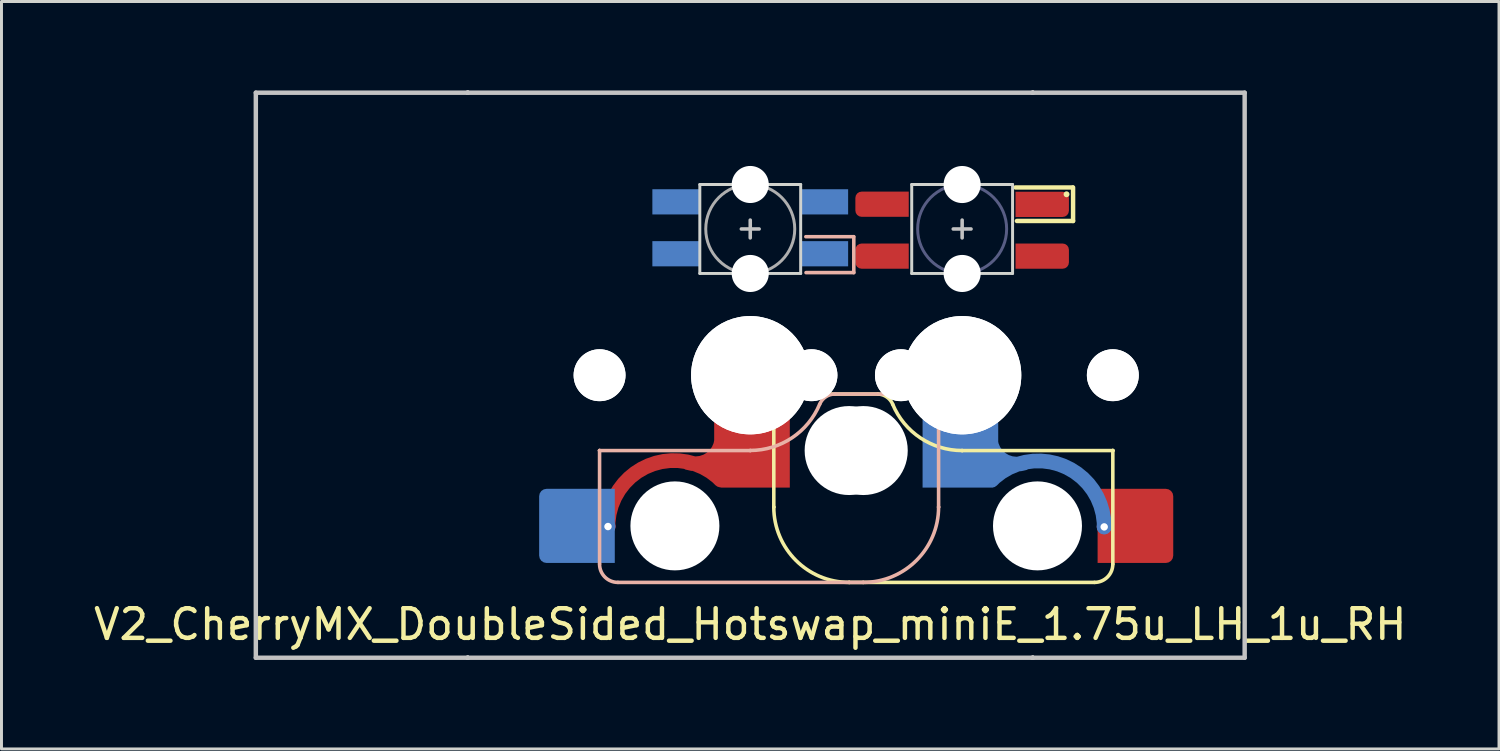
<source format=kicad_pcb>
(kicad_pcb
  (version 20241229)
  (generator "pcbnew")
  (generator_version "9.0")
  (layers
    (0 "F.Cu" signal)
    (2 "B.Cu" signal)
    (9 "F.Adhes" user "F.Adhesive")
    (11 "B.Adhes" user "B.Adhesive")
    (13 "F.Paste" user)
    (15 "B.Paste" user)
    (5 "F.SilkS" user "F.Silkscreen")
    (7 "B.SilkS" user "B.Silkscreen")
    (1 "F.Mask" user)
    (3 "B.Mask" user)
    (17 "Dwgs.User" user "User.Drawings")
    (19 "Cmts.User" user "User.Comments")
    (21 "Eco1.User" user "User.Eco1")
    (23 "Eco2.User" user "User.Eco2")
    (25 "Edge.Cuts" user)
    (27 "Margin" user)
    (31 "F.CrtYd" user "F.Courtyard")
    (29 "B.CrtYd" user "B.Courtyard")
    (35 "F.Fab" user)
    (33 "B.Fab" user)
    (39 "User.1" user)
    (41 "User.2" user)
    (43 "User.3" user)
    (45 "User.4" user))
  (footprint "V2_CherryMX_DoubleSided_Hotswap_miniE_1.75u_LH_1u_RH"
    (layer "F.Cu")
    (at 22.244 9.6)
    (property "Reference" "V2_CherryMX_DoubleSided_Hotswap_miniE_1.75u_LH_1u_RH" (at 0 8.4 0) (layer "F.SilkS") (effects (font (size 1 1) (thickness 0.15))))
    (attr through_hole)
    (fp_poly (pts (xy -3.25 -6.22) (xy -1.75 -6.22) (xy -1.75 -5.47) (xy -3.25 -5.47)) (stroke (width 0.1) (type solid)) (fill yes) (layer "B.Mask"))
    (fp_poly (pts (xy -3.25 -4.47) (xy -1.75 -4.47) (xy -1.75 -3.72) (xy -3.25 -3.72)) (stroke (width 0.1) (type solid)) (fill yes) (layer "B.Mask"))
    (fp_poly (pts (xy 1.75 -6.22) (xy 3.25 -6.22) (xy 3.25 -5.47) (xy 1.75 -5.47)) (stroke (width 0.1) (type solid)) (fill yes) (layer "B.Mask"))
    (fp_poly (pts (xy 1.75 -4.47) (xy 3.25 -4.47) (xy 3.25 -4.145) (xy 2.85 -3.72) (xy 1.75 -3.72)) (stroke (width 0.1) (type solid)) (fill yes) (layer "B.Mask"))
    (fp_line (start 0.794 4.445) (end 0.794 1.26) (stroke (width 0.12) (type solid)) (layer "F.SilkS"))
    (fp_line (start 0.794 4.445) (end 0.794 4.445) (stroke (width 0.12) (type solid)) (layer "F.SilkS"))
    (fp_line (start 1.414 0.635) (end 4.304 0.635) (stroke (width 0.12) (type solid)) (layer "F.SilkS"))
    (fp_line (start 3.334 6.985) (end 3.334 6.985) (stroke (width 0.12) (type solid)) (layer "F.SilkS"))
    (fp_line (start 3.334 6.985) (end 11.604 6.985) (stroke (width 0.12) (type solid)) (layer "F.SilkS"))
    (fp_line (start 7.144 2.54) (end 7.144 2.54) (stroke (width 0.12) (type solid)) (layer "F.SilkS"))
    (fp_line (start 7.144 2.54) (end 12.224 2.54) (stroke (width 0.12) (type solid)) (layer "F.SilkS"))
    (fp_line (start 8.944 -6.33) (end 10.868 -6.33) (stroke (width 0.15) (type solid)) (layer "F.SilkS"))
    (fp_line (start 10.884 -6.33) (end 10.884 -5.2) (stroke (width 0.15) (type solid)) (layer "F.SilkS"))
    (fp_line (start 10.884 -5.2) (end 8.99 -5.2) (stroke (width 0.15) (type solid)) (layer "F.SilkS"))
    (fp_line (start 12.224 2.54) (end 12.224 2.54) (stroke (width 0.12) (type solid)) (layer "F.SilkS"))
    (fp_line (start 12.224 2.54) (end 12.224 2.54) (stroke (width 0.12) (type solid)) (layer "F.SilkS"))
    (fp_line (start 12.224 6.37) (end 12.224 2.54) (stroke (width 0.12) (type solid)) (layer "F.SilkS"))
    (fp_arc (start 0.79375 1.25) (mid 0.973879 0.815129) (end 1.40875 0.635) (stroke (width 0.12) (type default)) (layer "F.SilkS"))
    (fp_arc (start 3.33375 6.985) (mid 1.537699 6.241051) (end 0.79375 4.445) (stroke (width 0.12) (type solid)) (layer "F.SilkS"))
    (fp_arc (start 4.303678 0.635) (mid 4.604614 0.734324) (end 4.80375 0.980845) (stroke (width 0.12) (type default)) (layer "F.SilkS"))
    (fp_arc (start 7.14375 2.54) (mid 5.738437 2.115202) (end 4.80375 0.983072) (stroke (width 0.12) (type solid)) (layer "F.SilkS"))
    (fp_arc (start 12.223879 6.37) (mid 12.04375 6.80487) (end 11.608879 6.985) (stroke (width 0.12) (type default)) (layer "F.SilkS"))
    (fp_circle (center 10.664 -6.1) (end 10.764 -6.1) (stroke (width 0) (type solid)) (fill yes) (layer "F.SilkS"))
    (fp_line (start -5.08 2.54) (end -5.08 2.54) (stroke (width 0.12) (type solid)) (layer "B.SilkS"))
    (fp_line (start -5.08 2.54) (end -5.08 2.54) (stroke (width 0.12) (type solid)) (layer "B.SilkS"))
    (fp_line (start -5.08 6.36) (end -5.08 2.54) (stroke (width 0.12) (type solid)) (layer "B.SilkS"))
    (fp_line (start -4.46 6.985) (end 3.81 6.985) (stroke (width 0.12) (type solid)) (layer "B.SilkS"))
    (fp_line (start 0 2.54) (end -5.08 2.54) (stroke (width 0.12) (type solid)) (layer "B.SilkS"))
    (fp_line (start 0 2.54) (end 0 2.54) (stroke (width 0.12) (type solid)) (layer "B.SilkS"))
    (fp_line (start 1.874 -4.67) (end 3.486 -4.67) (stroke (width 0.12) (type solid)) (layer "B.SilkS"))
    (fp_line (start 1.88 -3.459) (end 3.491 -3.459) (stroke (width 0.12) (type solid)) (layer "B.SilkS"))
    (fp_line (start 2.86 0.635) (end 5.72 0.635) (stroke (width 0.12) (type solid)) (layer "B.SilkS"))
    (fp_line (start 3.491 -3.459) (end 3.491 -4.67) (stroke (width 0.12) (type solid)) (layer "B.SilkS"))
    (fp_line (start 3.81 6.985) (end 3.81 6.985) (stroke (width 0.12) (type solid)) (layer "B.SilkS"))
    (fp_line (start 6.35 1.25) (end 6.35 4.445) (stroke (width 0.12) (type solid)) (layer "B.SilkS"))
    (fp_line (start 6.35 4.445) (end 6.35 4.445) (stroke (width 0.12) (type solid)) (layer "B.SilkS"))
    (fp_arc (start -4.465 6.985) (mid -4.899871 6.804871) (end -5.08 6.37) (stroke (width 0.12) (type default)) (layer "B.SilkS"))
    (fp_arc (start 2.34 0.98) (mid 1.405313 2.11213) (end 0 2.536928) (stroke (width 0.12) (type solid)) (layer "B.SilkS"))
    (fp_arc (start 2.34 0.98) (mid 2.547381 0.727883) (end 2.859999 0.633863) (stroke (width 0.12) (type default)) (layer "B.SilkS"))
    (fp_arc (start 5.735129 0.635) (mid 6.170006 0.815135) (end 6.350129 1.25) (stroke (width 0.12) (type default)) (layer "B.SilkS"))
    (fp_arc (start 6.35 4.445) (mid 5.606051 6.241051) (end 3.81 6.985) (stroke (width 0.12) (type solid)) (layer "B.SilkS"))
    (fp_line (start -16.669 -9.525) (end 16.669 -9.525) (stroke (width 0.15) (type solid)) (layer "Dwgs.User"))
    (fp_line (start -16.669 9.525) (end -16.669 -9.525) (stroke (width 0.15) (type solid)) (layer "Dwgs.User"))
    (fp_line (start -9.525 -9.525) (end -9.525 -9.525) (stroke (width 0.15) (type solid)) (layer "Dwgs.User"))
    (fp_line (start -9.525 -9.525) (end -9.525 -9.525) (stroke (width 0.15) (type solid)) (layer "Dwgs.User"))
    (fp_line (start -9.525 -9.525) (end -9.525 -9.525) (stroke (width 0.15) (type solid)) (layer "Dwgs.User"))
    (fp_line (start -9.525 -9.525) (end -9.525 -9.525) (stroke (width 0.15) (type solid)) (layer "Dwgs.User"))
    (fp_line (start -9.525 9.525) (end -9.525 9.525) (stroke (width 0.15) (type solid)) (layer "Dwgs.User"))
    (fp_line (start -9.525 9.525) (end -9.525 9.525) (stroke (width 0.15) (type solid)) (layer "Dwgs.User"))
    (fp_line (start -9.525 9.525) (end -9.525 9.525) (stroke (width 0.15) (type solid)) (layer "Dwgs.User"))
    (fp_line (start -9.525 9.525) (end -9.525 9.525) (stroke (width 0.15) (type solid)) (layer "Dwgs.User"))
    (fp_line (start -0.3 -4.93) (end 0.3 -4.93) (stroke (width 0.12) (type solid)) (layer "Dwgs.User"))
    (fp_line (start 0 -4.63) (end 0 -5.23) (stroke (width 0.12) (type solid)) (layer "Dwgs.User"))
    (fp_line (start 6.844 -4.93) (end 7.444 -4.93) (stroke (width 0.12) (type solid)) (layer "Dwgs.User"))
    (fp_line (start 7.144 -5.23) (end 7.144 -4.63) (stroke (width 0.12) (type solid)) (layer "Dwgs.User"))
    (fp_line (start 9.525 -9.525) (end 9.525 -9.525) (stroke (width 0.15) (type solid)) (layer "Dwgs.User"))
    (fp_line (start 9.525 -9.525) (end 9.525 -9.525) (stroke (width 0.15) (type solid)) (layer "Dwgs.User"))
    (fp_line (start 9.525 -9.525) (end 9.525 -9.525) (stroke (width 0.15) (type solid)) (layer "Dwgs.User"))
    (fp_line (start 9.525 -9.525) (end 9.525 -9.525) (stroke (width 0.15) (type solid)) (layer "Dwgs.User"))
    (fp_line (start 9.525 9.525) (end 9.525 9.525) (stroke (width 0.15) (type solid)) (layer "Dwgs.User"))
    (fp_line (start 9.525 9.525) (end 9.525 9.525) (stroke (width 0.15) (type solid)) (layer "Dwgs.User"))
    (fp_line (start 9.525 9.525) (end 9.525 9.525) (stroke (width 0.15) (type solid)) (layer "Dwgs.User"))
    (fp_line (start 9.525 9.525) (end 9.525 9.525) (stroke (width 0.15) (type solid)) (layer "Dwgs.User"))
    (fp_line (start 16.669 -9.525) (end 16.669 9.525) (stroke (width 0.15) (type solid)) (layer "Dwgs.User"))
    (fp_line (start 16.669 9.525) (end -16.669 9.525) (stroke (width 0.15) (type solid)) (layer "Dwgs.User"))
    (fp_line (start -1.7 -6.43) (end -1.7 -3.43) (stroke (width 0.1) (type solid)) (layer "Edge.Cuts"))
    (fp_line (start 1.7 -6.43) (end -1.7 -6.43) (stroke (width 0.1) (type solid)) (layer "Edge.Cuts"))
    (fp_line (start 1.7 -3.43) (end -1.7 -3.43) (stroke (width 0.1) (type solid)) (layer "Edge.Cuts"))
    (fp_line (start 1.7 -3.43) (end 1.7 -6.43) (stroke (width 0.1) (type solid)) (layer "Edge.Cuts"))
    (fp_line (start 5.444 -3.43) (end 5.444 -6.43) (stroke (width 0.1) (type solid)) (layer "Edge.Cuts"))
    (fp_line (start 8.844 -6.43) (end 5.444 -6.43) (stroke (width 0.1) (type solid)) (layer "Edge.Cuts"))
    (fp_line (start 8.844 -6.43) (end 8.844 -3.43) (stroke (width 0.1) (type solid)) (layer "Edge.Cuts"))
    (fp_line (start 8.844 -3.43) (end 5.444 -3.43) (stroke (width 0.1) (type solid)) (layer "Edge.Cuts"))
    (fp_circle (center 7.144 -4.93) (end 7.144 -3.43) (stroke (width 0.1) (type solid)) (fill no) (layer "B.Fab"))
    (fp_circle (center 0 -4.93) (end 0 -6.43) (stroke (width 0.1) (type solid)) (fill no) (layer "F.Fab"))
    (fp_line (start -9.525 9.525) (end -9.525 -9.525) (stroke (width 0.15) (type solid)) (layer "User.2"))
    (fp_line (start -2.381 9.525) (end -2.381 -9.525) (stroke (width 0.15) (type solid)) (layer "User.2"))
    (fp_line (start 9.525 -9.525) (end -9.525 -9.525) (stroke (width 0.15) (type solid)) (layer "User.2"))
    (fp_line (start 9.525 9.525) (end -9.525 9.525) (stroke (width 0.15) (type solid)) (layer "User.2"))
    (fp_line (start 9.525 9.525) (end 9.525 -9.525) (stroke (width 0.15) (type solid)) (layer "User.2"))
    (fp_line (start 16.669 -9.525) (end -2.381 -9.525) (stroke (width 0.15) (type solid)) (layer "User.2"))
    (fp_line (start 16.669 9.525) (end -2.381 9.525) (stroke (width 0.15) (type solid)) (layer "User.2"))
    (fp_line (start 16.669 9.525) (end 16.669 -9.525) (stroke (width 0.15) (type solid)) (layer "User.2"))
    (pad "" np_thru_hole circle (at -5.08 0 180) (size 1.75 1.75) (drill 1.75) (layers "*.Cu" "*.Mask"))
    (pad "" np_thru_hole circle (at -5.08 0 180) (size 1.75 1.75) (drill 1.75) (layers "*.Cu" "*.Mask"))
    (pad "" np_thru_hole circle (at -2.54 5.08 180) (size 3 3) (drill 3) (layers "*.Cu" "*.Mask"))
    (pad "" np_thru_hole circle (at 0 -6.43 180) (size 1.25 1.25) (drill 1.25) (layers "*.Cu" "*.Mask"))
    (pad "" np_thru_hole circle (at 0 -3.43 180) (size 1.25 1.25) (drill 1.25) (layers "*.Cu" "*.Mask"))
    (pad "" np_thru_hole circle (at 0 0 180) (size 3.988 3.988) (drill 3.988) (layers "*.Cu" "*.Mask"))
    (pad "" np_thru_hole circle (at 0 0 180) (size 3.988 3.988) (drill 3.988) (layers "*.Cu" "*.Mask"))
    (pad "" np_thru_hole circle (at 2.064 0 180) (size 1.75 1.75) (drill 1.75) (layers "*.Cu" "*.Mask"))
    (pad "" np_thru_hole circle (at 2.064 0 180) (size 1.75 1.75) (drill 1.75) (layers "*.Cu" "*.Mask"))
    (pad "" np_thru_hole circle (at 3.334 2.54 180) (size 3 3) (drill 3) (layers "*.Cu" "*.Mask"))
    (pad "" np_thru_hole circle (at 3.81 2.54 180) (size 3 3) (drill 3) (layers "*.Cu" "*.Mask"))
    (pad "" smd roundrect (at 4.454 -4.015 180) (size 1.82 0.85) (layers "F.Mask") (roundrect_rratio 0.25) (chamfer_ratio 0) (chamfer top_left bottom_left))
    (pad "" smd roundrect (at 4.454 -5.765 180) (size 1.82 0.84) (layers "F.Mask") (roundrect_rratio 0.25) (chamfer_ratio 0) (chamfer top_left bottom_left))
    (pad "" np_thru_hole circle (at 5.08 0 180) (size 1.75 1.75) (drill 1.75) (layers "*.Cu" "*.Mask"))
    (pad "" np_thru_hole circle (at 5.08 0 180) (size 1.75 1.75) (drill 1.75) (layers "*.Cu" "*.Mask"))
    (pad "" np_thru_hole circle (at 7.144 -6.429) (size 1.25 1.25) (drill 1.25) (layers "*.Cu" "*.Mask"))
    (pad "" np_thru_hole circle (at 7.144 -3.43) (size 1.25 1.25) (drill 1.25) (layers "*.Cu" "*.Mask"))
    (pad "" np_thru_hole circle (at 7.144 0 180) (size 3.988 3.988) (drill 3.988) (layers "*.Cu" "*.Mask"))
    (pad "" np_thru_hole circle (at 7.144 0 180) (size 3.988 3.988) (drill 3.988) (layers "*.Cu" "*.Mask"))
    (pad "" smd rect (at 9.614 -5.77) (size 1.38 0.84) (layers "F.Mask"))
    (pad "" np_thru_hole circle (at 9.684 5.08 180) (size 3 3) (drill 3) (layers "*.Cu" "*.Mask"))
    (pad "" smd roundrect (at 9.834 -4.02) (size 1.82 0.84) (layers "F.Mask") (roundrect_rratio 0.25) (chamfer_ratio 0) (chamfer top_left bottom_left))
    (pad "" smd roundrect (at 9.999 -5.77) (size 1.49 0.84) (layers "F.Mask") (roundrect_rratio 0.25) (chamfer_ratio 0.5) (chamfer top_right))
    (pad "" np_thru_hole circle (at 12.224 0 180) (size 1.75 1.75) (drill 1.75) (layers "*.Cu" "*.Mask"))
    (pad "" np_thru_hole circle (at 12.224 0 180) (size 1.75 1.75) (drill 1.75) (layers "*.Cu" "*.Mask"))
    (pad "1" smd rect (at -2.5 -5.845) (size 1.6 0.85) (layers "B.Cu"))
    (pad "1" smd custom (at 4.444 -4.015 180) (size 0.85 0.85) (layers "F.Cu") (options (anchor circle)) (primitives (gr_poly (pts (xy 0.9 -0.212) (xy 0.884 -0.294) (xy 0.838 -0.363) (xy 0.769 -0.409) (xy 0.688 -0.425) (xy -0.9 -0.425) (xy -0.9 0.425) (xy 0.688 0.425) (xy 0.769 0.409) (xy 0.838 0.363) (xy 0.884 0.294) (xy 0.9 0.212)) (width 0) (fill yes))))
    (pad "2" smd rect (at -2.5 -4.095 180) (size 1.6 0.85) (layers "B.Cu"))
    (pad "2" smd custom (at 4.444 -5.765) (size 0.85 0.85) (layers "F.Cu") (options (anchor circle)) (primitives (gr_poly (pts (xy 0.9 -0.425) (xy -0.688 -0.425) (xy -0.769 -0.409) (xy -0.838 -0.363) (xy -0.884 -0.294) (xy -0.9 -0.212) (xy -0.9 0.212) (xy -0.884 0.294) (xy -0.838 0.363) (xy -0.769 0.409) (xy -0.688 0.425) (xy 0.9 0.425)) (width 0) (fill yes))))
    (pad "3" smd rect (at 2.5 -4.095 180) (size 1.6 0.85) (layers "B.Cu"))
    (pad "3" smd custom (at 9.844 -5.76) (size 0.85 0.85) (layers "F.Cu") (options (anchor circle)) (primitives (gr_poly (pts (xy -0.9 -0.425) (xy 0.688 -0.425) (xy 0.769 -0.409) (xy 0.838 -0.363) (xy 0.884 -0.294) (xy 0.9 -0.212) (xy 0.9 0.212) (xy 0.884 0.294) (xy 0.838 0.363) (xy 0.769 0.409) (xy 0.688 0.425) (xy -0.9 0.425)) (width 0) (fill yes))))
    (pad "4" smd rect (at 2.5 -5.845) (size 1.6 0.85) (layers "B.Cu"))
    (pad "4" smd custom (at 9.844 -4.015 180) (size 0.85 0.85) (layers "F.Cu") (options (anchor circle)) (primitives (gr_poly (pts (xy 0.9 -0.425) (xy -0.688 -0.425) (xy -0.769 -0.409) (xy -0.838 -0.363) (xy -0.884 -0.294) (xy -0.9 -0.212) (xy -0.9 0.212) (xy -0.884 0.294) (xy -0.838 0.363) (xy -0.769 0.409) (xy -0.688 0.425) (xy 0.9 0.425)) (width 0) (fill yes))))
    (pad "5" smd custom (at 7.085 2.54 180) (size 2.5 2.5) (layers "B.Cu" "B.Mask" "B.Paste") (options (anchor circle)) (primitives (gr_poly (pts (xy -1.275 -1) (xy -1.256 -1.096) (xy -1.202 -1.177) (xy -1.121 -1.231) (xy -1.025 -1.25) (xy 1.275 -1.25) (xy 1.275 1.25) (xy -1.025 1.25) (xy -1.121 1.231) (xy -1.202 1.177) (xy -1.256 1.096) (xy -1.275 1)) (width 0) (fill yes)) (gr_arc (start -2.160465 -0.415191) (mid -1.368667 -0.28142) (end -1.011977 0.438031) (width 0.5)) (gr_arc (start -1.051976 -1.001969) (mid -3.475 -0.52) (end -4.847533 -2.574141) (width 0.5))))
    (pad "5" thru_hole circle (at 11.933 5.114) (size 0.5 0.5) (drill 0.25) (layers "*.Cu" "*.Mask"))
    (pad "5" smd roundrect (at 12.986 5.08 180) (size 2.55 2.5) (layers "F.Cu" "F.Mask" "F.Paste") (roundrect_rratio 0.1) (chamfer_ratio 0) (chamfer top_right bottom_right))
    (pad "6" smd roundrect (at -5.842 5.08 180) (size 2.55 2.5) (layers "B.Cu" "B.Mask" "B.Paste") (roundrect_rratio 0.1) (chamfer_ratio 0) (chamfer top_left bottom_left))
    (pad "6" thru_hole circle (at -4.796 5.102) (size 0.5 0.5) (drill 0.25) (layers "*.Cu" "*.Mask"))
    (pad "6" smd custom (at 0.059 2.54 180) (size 2.5 2.5) (layers "F.Cu" "F.Mask" "F.Paste") (options (anchor circle)) (primitives (gr_poly (pts (xy -1.275 -1.25) (xy 1.025 -1.25) (xy 1.121 -1.231) (xy 1.202 -1.177) (xy 1.256 -1.096) (xy 1.275 -1) (xy 1.275 1) (xy 1.256 1.096) (xy 1.202 1.177) (xy 1.121 1.231) (xy 1.025 1.25) (xy -1.275 1.25)) (width 0) (fill yes)) (gr_arc (start 1.018751 0.45) (mid 1.375441 -0.269452) (end 2.167239 -0.403223) (width 0.5)) (gr_arc (start 4.854306 -2.562172) (mid 3.481774 -0.50803) (end 1.058749 -0.989999) (width 0.5)))))
  (gr_rect
    (start -3 -3)
    (end 47.488 22.2)
    (stroke (width 0.1) (type default))
    (fill no)
    (layer "Edge.Cuts")))
</source>
